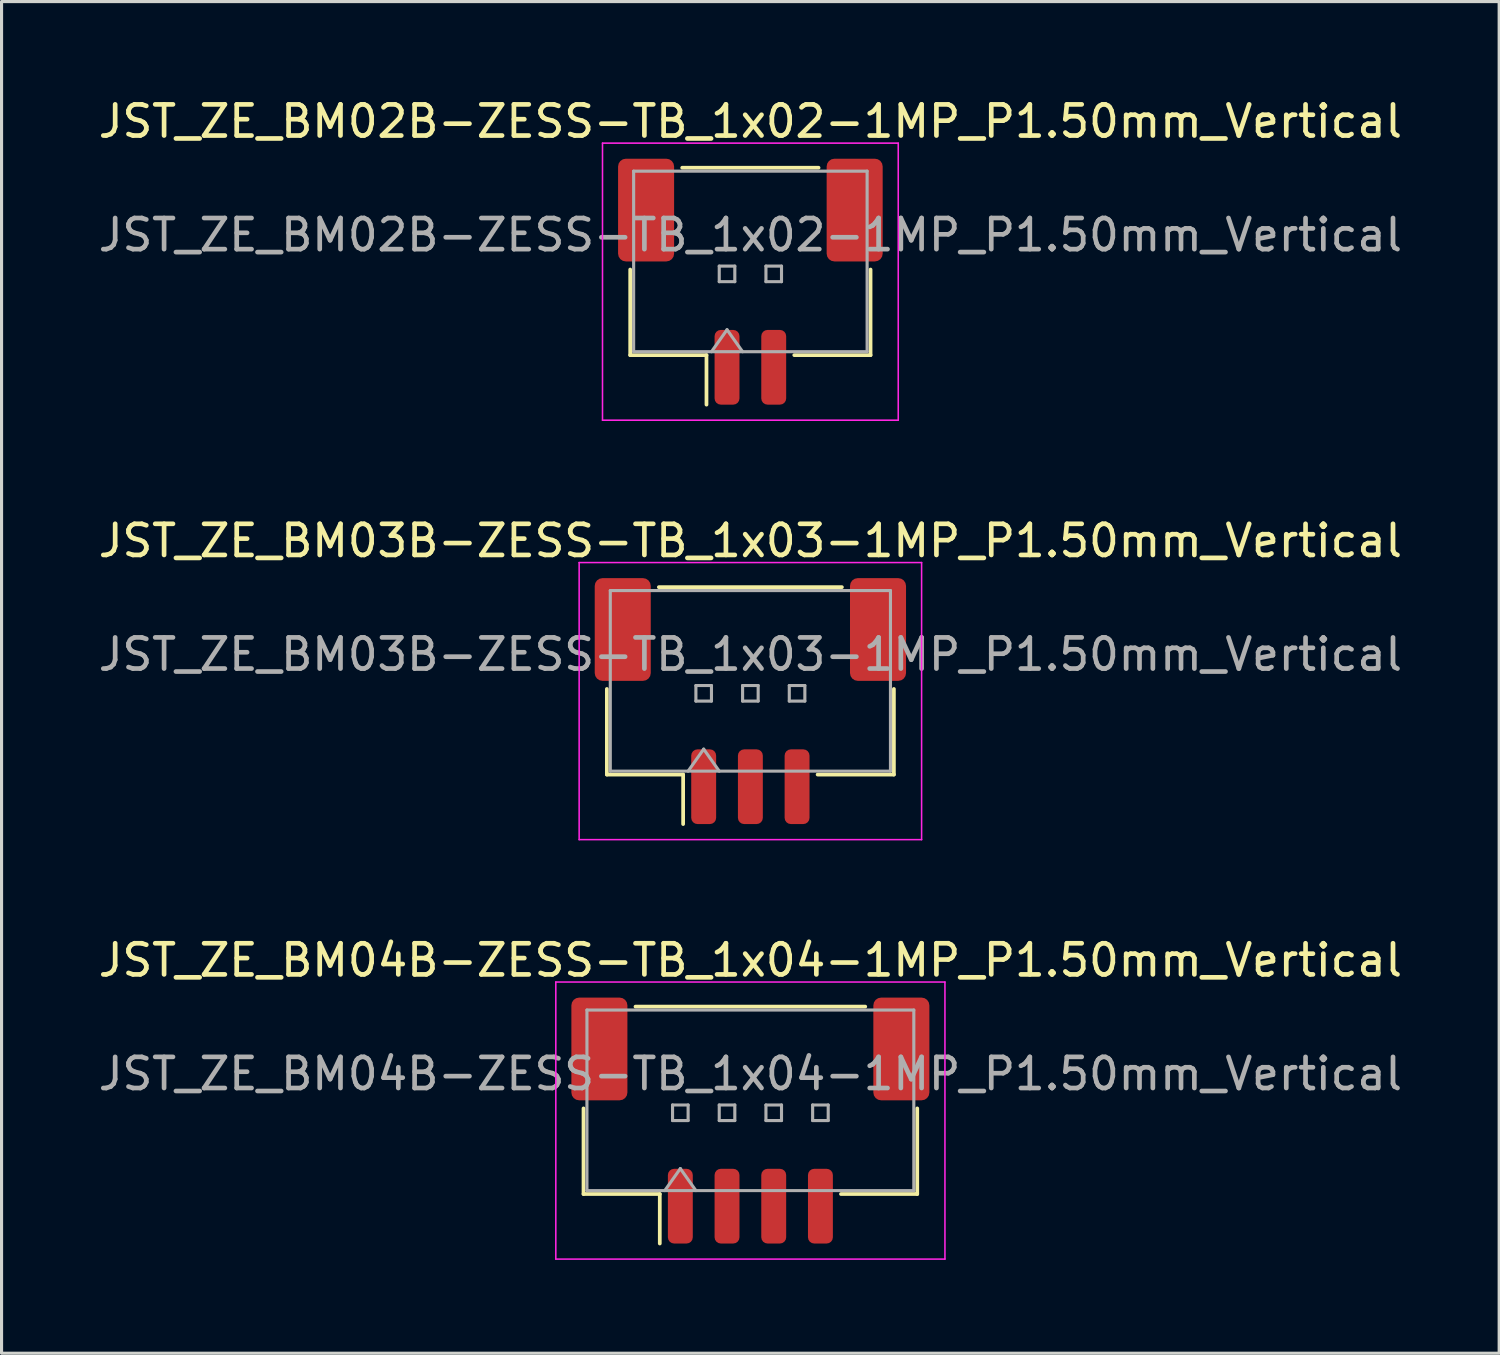
<source format=kicad_pcb>
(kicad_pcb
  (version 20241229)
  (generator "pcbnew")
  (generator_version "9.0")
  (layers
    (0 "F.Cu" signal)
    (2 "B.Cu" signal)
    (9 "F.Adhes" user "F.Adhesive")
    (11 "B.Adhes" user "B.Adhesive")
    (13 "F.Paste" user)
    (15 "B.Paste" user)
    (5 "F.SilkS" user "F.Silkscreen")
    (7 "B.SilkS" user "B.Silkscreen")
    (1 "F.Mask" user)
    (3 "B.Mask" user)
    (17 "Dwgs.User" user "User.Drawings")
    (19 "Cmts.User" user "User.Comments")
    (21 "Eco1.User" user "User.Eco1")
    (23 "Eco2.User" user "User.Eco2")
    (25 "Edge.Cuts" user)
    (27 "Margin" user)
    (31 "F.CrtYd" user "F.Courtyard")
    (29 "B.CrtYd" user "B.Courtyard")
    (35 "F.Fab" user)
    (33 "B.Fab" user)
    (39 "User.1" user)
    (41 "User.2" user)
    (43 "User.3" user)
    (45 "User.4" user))
  (footprint "JST_ZE_BM02B-ZESS-TB_1x02-1MP_P1.50mm_Vertical"
    (layer "F.Cu")
    (at 21.054 5.998)
    (property "Reference" "JST_ZE_BM02B-ZESS-TB_1x02-1MP_P1.50mm_Vertical" (at 0 -5.15 0) (layer "F.SilkS") (effects (font (size 1 1) (thickness 0.15))))
    (attr smd)
    (fp_line (start -3.86 -0.39) (end -3.86 2.36) (stroke (width 0.12) (type solid)) (layer "F.SilkS"))
    (fp_line (start -3.86 2.36) (end -1.41 2.36) (stroke (width 0.12) (type solid)) (layer "F.SilkS"))
    (fp_line (start -2.19 -3.66) (end 2.19 -3.66) (stroke (width 0.12) (type solid)) (layer "F.SilkS"))
    (fp_line (start -1.41 2.36) (end -1.41 3.95) (stroke (width 0.12) (type solid)) (layer "F.SilkS"))
    (fp_line (start 3.86 -0.39) (end 3.86 2.36) (stroke (width 0.12) (type solid)) (layer "F.SilkS"))
    (fp_line (start 3.86 2.36) (end 1.41 2.36) (stroke (width 0.12) (type solid)) (layer "F.SilkS"))
    (fp_line (start -4.75 -4.45) (end -4.75 4.45) (stroke (width 0.05) (type solid)) (layer "F.CrtYd"))
    (fp_line (start -4.75 4.45) (end 4.75 4.45) (stroke (width 0.05) (type solid)) (layer "F.CrtYd"))
    (fp_line (start 4.75 -4.45) (end -4.75 -4.45) (stroke (width 0.05) (type solid)) (layer "F.CrtYd"))
    (fp_line (start 4.75 4.45) (end 4.75 -4.45) (stroke (width 0.05) (type solid)) (layer "F.CrtYd"))
    (fp_line (start -3.75 -3.55) (end 3.75 -3.55) (stroke (width 0.1) (type solid)) (layer "F.Fab"))
    (fp_line (start -3.75 2.25) (end -3.75 -3.55) (stroke (width 0.1) (type solid)) (layer "F.Fab"))
    (fp_line (start -3.75 2.25) (end 3.75 2.25) (stroke (width 0.1) (type solid)) (layer "F.Fab"))
    (fp_line (start -1.25 2.25) (end -0.75 1.543) (stroke (width 0.1) (type solid)) (layer "F.Fab"))
    (fp_line (start -1 -0.5) (end -1 0) (stroke (width 0.1) (type solid)) (layer "F.Fab"))
    (fp_line (start -1 0) (end -0.5 0) (stroke (width 0.1) (type solid)) (layer "F.Fab"))
    (fp_line (start -0.75 1.543) (end -0.25 2.25) (stroke (width 0.1) (type solid)) (layer "F.Fab"))
    (fp_line (start -0.5 -0.5) (end -1 -0.5) (stroke (width 0.1) (type solid)) (layer "F.Fab"))
    (fp_line (start -0.5 0) (end -0.5 -0.5) (stroke (width 0.1) (type solid)) (layer "F.Fab"))
    (fp_line (start 0.5 -0.5) (end 0.5 0) (stroke (width 0.1) (type solid)) (layer "F.Fab"))
    (fp_line (start 0.5 0) (end 1 0) (stroke (width 0.1) (type solid)) (layer "F.Fab"))
    (fp_line (start 1 -0.5) (end 0.5 -0.5) (stroke (width 0.1) (type solid)) (layer "F.Fab"))
    (fp_line (start 1 0) (end 1 -0.5) (stroke (width 0.1) (type solid)) (layer "F.Fab"))
    (fp_line (start 3.75 2.25) (end 3.75 -3.55) (stroke (width 0.1) (type solid)) (layer "F.Fab"))
    (fp_text user "${REFERENCE}" (at 0 -1.5 0) (layer "F.Fab") (effects (font (size 1 1) (thickness 0.15))))
    (pad "1" smd roundrect (at -0.75 2.75) (size 0.8 2.4) (layers "F.Cu" "F.Mask" "F.Paste") (roundrect_rratio 0.25))
    (pad "2" smd roundrect (at 0.75 2.75) (size 0.8 2.4) (layers "F.Cu" "F.Mask" "F.Paste") (roundrect_rratio 0.25))
    (pad "MP" smd roundrect (at -3.35 -2.3) (size 1.8 3.3) (layers "F.Cu" "F.Mask" "F.Paste") (roundrect_rratio 0.139))
    (pad "MP" smd roundrect (at 3.35 -2.3) (size 1.8 3.3) (layers "F.Cu" "F.Mask" "F.Paste") (roundrect_rratio 0.139)))
  (footprint "JST_ZE_BM03B-ZESS-TB_1x03-1MP_P1.50mm_Vertical"
    (layer "F.Cu")
    (at 21.054 19.471)
    (property "Reference" "JST_ZE_BM03B-ZESS-TB_1x03-1MP_P1.50mm_Vertical" (at 0 -5.15 0) (layer "F.SilkS") (effects (font (size 1 1) (thickness 0.15))))
    (attr smd)
    (fp_line (start -4.61 -0.39) (end -4.61 2.36) (stroke (width 0.12) (type solid)) (layer "F.SilkS"))
    (fp_line (start -4.61 2.36) (end -2.16 2.36) (stroke (width 0.12) (type solid)) (layer "F.SilkS"))
    (fp_line (start -2.94 -3.66) (end 2.94 -3.66) (stroke (width 0.12) (type solid)) (layer "F.SilkS"))
    (fp_line (start -2.16 2.36) (end -2.16 3.95) (stroke (width 0.12) (type solid)) (layer "F.SilkS"))
    (fp_line (start 4.61 -0.39) (end 4.61 2.36) (stroke (width 0.12) (type solid)) (layer "F.SilkS"))
    (fp_line (start 4.61 2.36) (end 2.16 2.36) (stroke (width 0.12) (type solid)) (layer "F.SilkS"))
    (fp_line (start -5.5 -4.45) (end -5.5 4.45) (stroke (width 0.05) (type solid)) (layer "F.CrtYd"))
    (fp_line (start -5.5 4.45) (end 5.5 4.45) (stroke (width 0.05) (type solid)) (layer "F.CrtYd"))
    (fp_line (start 5.5 -4.45) (end -5.5 -4.45) (stroke (width 0.05) (type solid)) (layer "F.CrtYd"))
    (fp_line (start 5.5 4.45) (end 5.5 -4.45) (stroke (width 0.05) (type solid)) (layer "F.CrtYd"))
    (fp_line (start -4.5 -3.55) (end 4.5 -3.55) (stroke (width 0.1) (type solid)) (layer "F.Fab"))
    (fp_line (start -4.5 2.25) (end -4.5 -3.55) (stroke (width 0.1) (type solid)) (layer "F.Fab"))
    (fp_line (start -4.5 2.25) (end 4.5 2.25) (stroke (width 0.1) (type solid)) (layer "F.Fab"))
    (fp_line (start -2 2.25) (end -1.5 1.543) (stroke (width 0.1) (type solid)) (layer "F.Fab"))
    (fp_line (start -1.75 -0.5) (end -1.75 0) (stroke (width 0.1) (type solid)) (layer "F.Fab"))
    (fp_line (start -1.75 0) (end -1.25 0) (stroke (width 0.1) (type solid)) (layer "F.Fab"))
    (fp_line (start -1.5 1.543) (end -1 2.25) (stroke (width 0.1) (type solid)) (layer "F.Fab"))
    (fp_line (start -1.25 -0.5) (end -1.75 -0.5) (stroke (width 0.1) (type solid)) (layer "F.Fab"))
    (fp_line (start -1.25 0) (end -1.25 -0.5) (stroke (width 0.1) (type solid)) (layer "F.Fab"))
    (fp_line (start -0.25 -0.5) (end -0.25 0) (stroke (width 0.1) (type solid)) (layer "F.Fab"))
    (fp_line (start -0.25 0) (end 0.25 0) (stroke (width 0.1) (type solid)) (layer "F.Fab"))
    (fp_line (start 0.25 -0.5) (end -0.25 -0.5) (stroke (width 0.1) (type solid)) (layer "F.Fab"))
    (fp_line (start 0.25 0) (end 0.25 -0.5) (stroke (width 0.1) (type solid)) (layer "F.Fab"))
    (fp_line (start 1.25 -0.5) (end 1.25 0) (stroke (width 0.1) (type solid)) (layer "F.Fab"))
    (fp_line (start 1.25 0) (end 1.75 0) (stroke (width 0.1) (type solid)) (layer "F.Fab"))
    (fp_line (start 1.75 -0.5) (end 1.25 -0.5) (stroke (width 0.1) (type solid)) (layer "F.Fab"))
    (fp_line (start 1.75 0) (end 1.75 -0.5) (stroke (width 0.1) (type solid)) (layer "F.Fab"))
    (fp_line (start 4.5 2.25) (end 4.5 -3.55) (stroke (width 0.1) (type solid)) (layer "F.Fab"))
    (fp_text user "${REFERENCE}" (at 0 -1.5 0) (layer "F.Fab") (effects (font (size 1 1) (thickness 0.15))))
    (pad "1" smd roundrect (at -1.5 2.75) (size 0.8 2.4) (layers "F.Cu" "F.Mask" "F.Paste") (roundrect_rratio 0.25))
    (pad "2" smd roundrect (at 0 2.75) (size 0.8 2.4) (layers "F.Cu" "F.Mask" "F.Paste") (roundrect_rratio 0.25))
    (pad "3" smd roundrect (at 1.5 2.75) (size 0.8 2.4) (layers "F.Cu" "F.Mask" "F.Paste") (roundrect_rratio 0.25))
    (pad "MP" smd roundrect (at -4.1 -2.3) (size 1.8 3.3) (layers "F.Cu" "F.Mask" "F.Paste") (roundrect_rratio 0.139))
    (pad "MP" smd roundrect (at 4.1 -2.3) (size 1.8 3.3) (layers "F.Cu" "F.Mask" "F.Paste") (roundrect_rratio 0.139)))
  (footprint "JST_ZE_BM04B-ZESS-TB_1x04-1MP_P1.50mm_Vertical"
    (layer "F.Cu")
    (at 21.054 32.945)
    (property "Reference" "JST_ZE_BM04B-ZESS-TB_1x04-1MP_P1.50mm_Vertical" (at 0 -5.15 0) (layer "F.SilkS") (effects (font (size 1 1) (thickness 0.15))))
    (attr smd)
    (fp_line (start -5.36 -0.39) (end -5.36 2.36) (stroke (width 0.12) (type solid)) (layer "F.SilkS"))
    (fp_line (start -5.36 2.36) (end -2.91 2.36) (stroke (width 0.12) (type solid)) (layer "F.SilkS"))
    (fp_line (start -3.69 -3.66) (end 3.69 -3.66) (stroke (width 0.12) (type solid)) (layer "F.SilkS"))
    (fp_line (start -2.91 2.36) (end -2.91 3.95) (stroke (width 0.12) (type solid)) (layer "F.SilkS"))
    (fp_line (start 5.36 -0.39) (end 5.36 2.36) (stroke (width 0.12) (type solid)) (layer "F.SilkS"))
    (fp_line (start 5.36 2.36) (end 2.91 2.36) (stroke (width 0.12) (type solid)) (layer "F.SilkS"))
    (fp_line (start -6.25 -4.45) (end -6.25 4.45) (stroke (width 0.05) (type solid)) (layer "F.CrtYd"))
    (fp_line (start -6.25 4.45) (end 6.25 4.45) (stroke (width 0.05) (type solid)) (layer "F.CrtYd"))
    (fp_line (start 6.25 -4.45) (end -6.25 -4.45) (stroke (width 0.05) (type solid)) (layer "F.CrtYd"))
    (fp_line (start 6.25 4.45) (end 6.25 -4.45) (stroke (width 0.05) (type solid)) (layer "F.CrtYd"))
    (fp_line (start -5.25 -3.55) (end 5.25 -3.55) (stroke (width 0.1) (type solid)) (layer "F.Fab"))
    (fp_line (start -5.25 2.25) (end -5.25 -3.55) (stroke (width 0.1) (type solid)) (layer "F.Fab"))
    (fp_line (start -5.25 2.25) (end 5.25 2.25) (stroke (width 0.1) (type solid)) (layer "F.Fab"))
    (fp_line (start -2.75 2.25) (end -2.25 1.543) (stroke (width 0.1) (type solid)) (layer "F.Fab"))
    (fp_line (start -2.5 -0.5) (end -2.5 0) (stroke (width 0.1) (type solid)) (layer "F.Fab"))
    (fp_line (start -2.5 0) (end -2 0) (stroke (width 0.1) (type solid)) (layer "F.Fab"))
    (fp_line (start -2.25 1.543) (end -1.75 2.25) (stroke (width 0.1) (type solid)) (layer "F.Fab"))
    (fp_line (start -2 -0.5) (end -2.5 -0.5) (stroke (width 0.1) (type solid)) (layer "F.Fab"))
    (fp_line (start -2 0) (end -2 -0.5) (stroke (width 0.1) (type solid)) (layer "F.Fab"))
    (fp_line (start -1 -0.5) (end -1 0) (stroke (width 0.1) (type solid)) (layer "F.Fab"))
    (fp_line (start -1 0) (end -0.5 0) (stroke (width 0.1) (type solid)) (layer "F.Fab"))
    (fp_line (start -0.5 -0.5) (end -1 -0.5) (stroke (width 0.1) (type solid)) (layer "F.Fab"))
    (fp_line (start -0.5 0) (end -0.5 -0.5) (stroke (width 0.1) (type solid)) (layer "F.Fab"))
    (fp_line (start 0.5 -0.5) (end 0.5 0) (stroke (width 0.1) (type solid)) (layer "F.Fab"))
    (fp_line (start 0.5 0) (end 1 0) (stroke (width 0.1) (type solid)) (layer "F.Fab"))
    (fp_line (start 1 -0.5) (end 0.5 -0.5) (stroke (width 0.1) (type solid)) (layer "F.Fab"))
    (fp_line (start 1 0) (end 1 -0.5) (stroke (width 0.1) (type solid)) (layer "F.Fab"))
    (fp_line (start 2 -0.5) (end 2 0) (stroke (width 0.1) (type solid)) (layer "F.Fab"))
    (fp_line (start 2 0) (end 2.5 0) (stroke (width 0.1) (type solid)) (layer "F.Fab"))
    (fp_line (start 2.5 -0.5) (end 2 -0.5) (stroke (width 0.1) (type solid)) (layer "F.Fab"))
    (fp_line (start 2.5 0) (end 2.5 -0.5) (stroke (width 0.1) (type solid)) (layer "F.Fab"))
    (fp_line (start 5.25 2.25) (end 5.25 -3.55) (stroke (width 0.1) (type solid)) (layer "F.Fab"))
    (fp_text user "${REFERENCE}" (at 0 -1.5 0) (layer "F.Fab") (effects (font (size 1 1) (thickness 0.15))))
    (pad "1" smd roundrect (at -2.25 2.75) (size 0.8 2.4) (layers "F.Cu" "F.Mask" "F.Paste") (roundrect_rratio 0.25))
    (pad "2" smd roundrect (at -0.75 2.75) (size 0.8 2.4) (layers "F.Cu" "F.Mask" "F.Paste") (roundrect_rratio 0.25))
    (pad "3" smd roundrect (at 0.75 2.75) (size 0.8 2.4) (layers "F.Cu" "F.Mask" "F.Paste") (roundrect_rratio 0.25))
    (pad "4" smd roundrect (at 2.25 2.75) (size 0.8 2.4) (layers "F.Cu" "F.Mask" "F.Paste") (roundrect_rratio 0.25))
    (pad "MP" smd roundrect (at -4.85 -2.3) (size 1.8 3.3) (layers "F.Cu" "F.Mask" "F.Paste") (roundrect_rratio 0.139))
    (pad "MP" smd roundrect (at 4.85 -2.3) (size 1.8 3.3) (layers "F.Cu" "F.Mask" "F.Paste") (roundrect_rratio 0.139)))
  (gr_rect
    (start -3 -3)
    (end 45.107 40.42)
    (stroke (width 0.1) (type default))
    (fill no)
    (layer "Edge.Cuts")))
</source>
